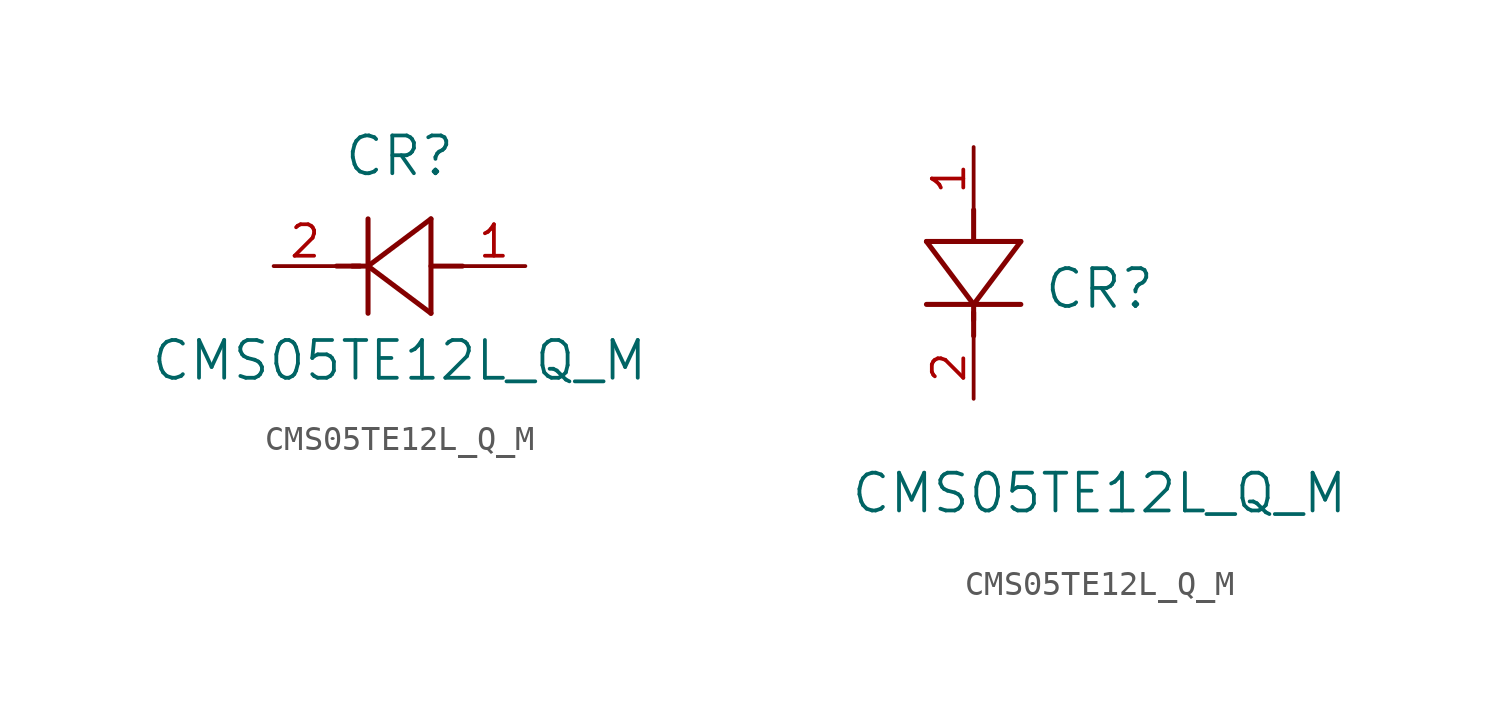
<source format=kicad_sym>
(kicad_symbol_lib
  (version 20211014)
  (generator kicad_symbol_editor)
  (symbol "CMS05TE12L_Q_M"
    (pin_names
      (offset 0.254))
    (property "Reference" "CR"
      (at 5.08 4.445 0)
      (effects (font (size 1.524 1.524))))
    (property "Value" "CMS05TE12L_Q_M"
      (at 5.08 -3.81 0)
      (effects (font (size 1.524 1.524))))
    (symbol "CMS05TE12L_Q_M_1_1"
      (polyline (pts (xy 2.54 0) (xy 3.48 0)) (stroke (width 0.203) (type default) (color 0 0 0 0)) (fill (type none)))
      (polyline (pts (xy 3.81 1.905) (xy 3.81 -1.905)) (stroke (width 0.203) (type default) (color 0 0 0 0)) (fill (type none)))
      (polyline (pts (xy 3.175 0) (xy 3.81 0)) (stroke (width 0.203) (type default) (color 0 0 0 0)) (fill (type none)))
      (polyline (pts (xy 6.35 -1.905) (xy 6.35 1.905)) (stroke (width 0.203) (type default) (color 0 0 0 0)) (fill (type none)))
      (polyline (pts (xy 6.35 0) (xy 7.62 0)) (stroke (width 0.203) (type default) (color 0 0 0 0)) (fill (type none)))
      (polyline (pts (xy 6.35 1.905) (xy 3.81 0)) (stroke (width 0.203) (type default) (color 0 0 0 0)) (fill (type none)))
      (polyline (pts (xy 3.81 0) (xy 6.35 -1.905)) (stroke (width 0.203) (type default) (color 0 0 0 0)) (fill (type none)))
      (pin unspecified line (at 0 0 0) (length 2.54) (name "" (effects (font (size 1.27 1.27)))) (number "2" (effects (font (size 1.27 1.27)))))
      (pin unspecified line (at 10.16 0 180) (length 2.54) (name "" (effects (font (size 1.27 1.27)))) (number "1" (effects (font (size 1.27 1.27))))))
    (symbol "CMS05TE12L_Q_M_1_2"
      (polyline (pts (xy 0 2.54) (xy 0 3.48)) (stroke (width 0.203) (type default) (color 0 0 0 0)) (fill (type none)))
      (polyline (pts (xy -1.905 3.81) (xy 1.905 3.81)) (stroke (width 0.203) (type default) (color 0 0 0 0)) (fill (type none)))
      (polyline (pts (xy 0 3.175) (xy 0 3.81)) (stroke (width 0.203) (type default) (color 0 0 0 0)) (fill (type none)))
      (polyline (pts (xy 1.905 6.35) (xy -1.905 6.35)) (stroke (width 0.203) (type default) (color 0 0 0 0)) (fill (type none)))
      (polyline (pts (xy 0 6.35) (xy 0 7.62)) (stroke (width 0.203) (type default) (color 0 0 0 0)) (fill (type none)))
      (polyline (pts (xy -1.905 6.35) (xy 0 3.81)) (stroke (width 0.203) (type default) (color 0 0 0 0)) (fill (type none)))
      (polyline (pts (xy 1.905 6.35) (xy 0 3.81)) (stroke (width 0.203) (type default) (color 0 0 0 0)) (fill (type none)))
      (pin unspecified line (at 0 0 90) (length 2.54) (name "" (effects (font (size 1.27 1.27)))) (number "2" (effects (font (size 1.27 1.27)))))
      (pin unspecified line (at 0 10.16 270) (length 2.54) (name "" (effects (font (size 1.27 1.27)))) (number "1" (effects (font (size 1.27 1.27))))))))
</source>
